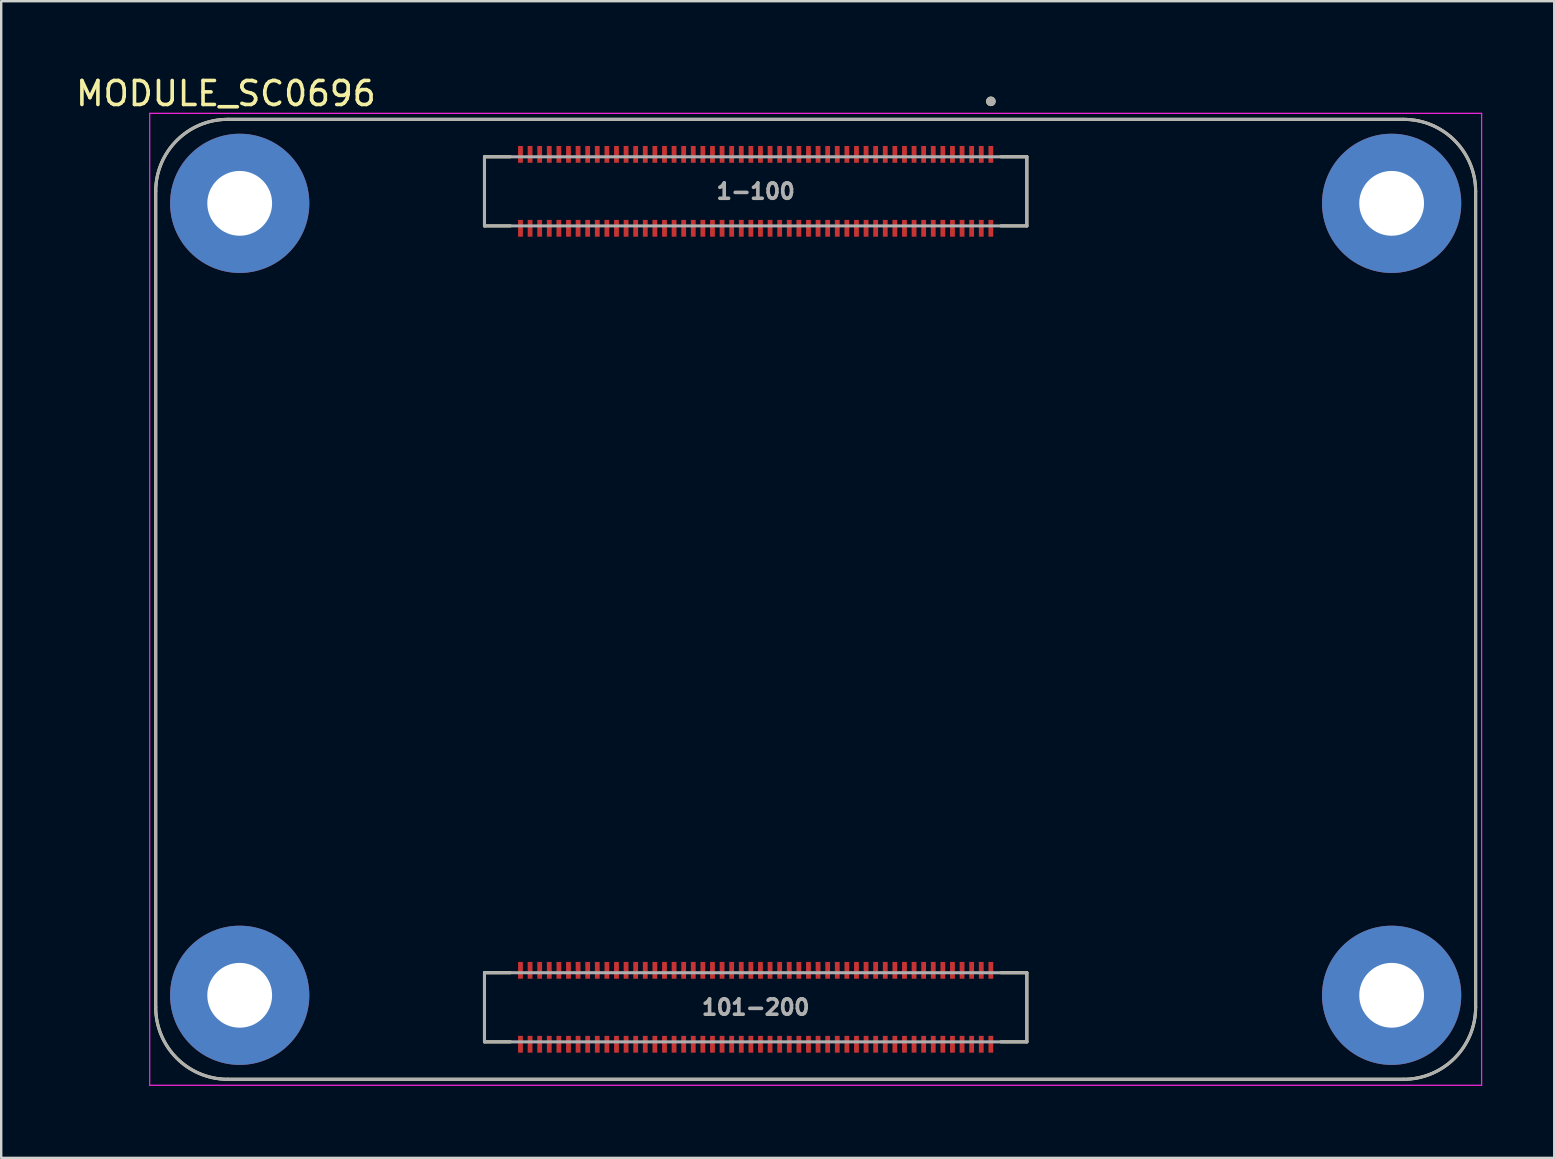
<source format=kicad_pcb>
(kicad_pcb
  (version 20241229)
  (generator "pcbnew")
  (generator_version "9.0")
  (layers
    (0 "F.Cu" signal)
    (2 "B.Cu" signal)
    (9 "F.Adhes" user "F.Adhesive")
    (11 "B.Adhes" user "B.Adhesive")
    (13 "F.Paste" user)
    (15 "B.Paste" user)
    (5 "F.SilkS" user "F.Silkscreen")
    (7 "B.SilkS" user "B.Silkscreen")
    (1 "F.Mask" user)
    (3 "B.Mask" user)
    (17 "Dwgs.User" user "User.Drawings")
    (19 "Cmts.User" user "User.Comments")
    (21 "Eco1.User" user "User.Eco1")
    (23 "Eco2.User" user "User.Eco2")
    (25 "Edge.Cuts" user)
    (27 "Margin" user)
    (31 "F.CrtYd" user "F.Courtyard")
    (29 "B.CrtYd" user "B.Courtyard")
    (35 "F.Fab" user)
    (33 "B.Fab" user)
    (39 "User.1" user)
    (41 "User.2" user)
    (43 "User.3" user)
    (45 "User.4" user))
  (footprint "MODULE_SC0696"
    (layer "F.Cu")
    (at 30.938 21.923)
    (property "Reference" "MODULE_SC0696" (at -24.575 -21.075 0) (layer "F.SilkS") (effects (font (size 1 1) (thickness 0.15))))
    (attr smd)
    (fp_line (start -27.5 -17) (end -27.5 17) (stroke (width 0.127) (type solid)) (layer "F.SilkS"))
    (fp_line (start -24.5 20) (end 24.5 20) (stroke (width 0.127) (type solid)) (layer "F.SilkS"))
    (fp_line (start -13.8 -18.44) (end -13.8 -15.56) (stroke (width 0.127) (type solid)) (layer "F.SilkS"))
    (fp_line (start -13.8 -15.56) (end -12.72 -15.56) (stroke (width 0.127) (type solid)) (layer "F.SilkS"))
    (fp_line (start -13.8 15.56) (end -13.8 18.44) (stroke (width 0.127) (type solid)) (layer "F.SilkS"))
    (fp_line (start -13.8 18.44) (end -12.72 18.44) (stroke (width 0.127) (type solid)) (layer "F.SilkS"))
    (fp_line (start -12.72 -18.44) (end -13.8 -18.44) (stroke (width 0.127) (type solid)) (layer "F.SilkS"))
    (fp_line (start -12.72 15.56) (end -13.8 15.56) (stroke (width 0.127) (type solid)) (layer "F.SilkS"))
    (fp_line (start 7.72 -18.44) (end 8.8 -18.44) (stroke (width 0.127) (type solid)) (layer "F.SilkS"))
    (fp_line (start 7.72 15.56) (end 8.8 15.56) (stroke (width 0.127) (type solid)) (layer "F.SilkS"))
    (fp_line (start 8.8 -18.44) (end 8.8 -15.56) (stroke (width 0.127) (type solid)) (layer "F.SilkS"))
    (fp_line (start 8.8 -15.56) (end 7.72 -15.56) (stroke (width 0.127) (type solid)) (layer "F.SilkS"))
    (fp_line (start 8.8 15.56) (end 8.8 18.44) (stroke (width 0.127) (type solid)) (layer "F.SilkS"))
    (fp_line (start 8.8 18.44) (end 7.72 18.44) (stroke (width 0.127) (type solid)) (layer "F.SilkS"))
    (fp_line (start 24.5 -20) (end -24.5 -20) (stroke (width 0.127) (type solid)) (layer "F.SilkS"))
    (fp_line (start 27.5 17) (end 27.5 -17) (stroke (width 0.127) (type solid)) (layer "F.SilkS"))
    (fp_arc (start -27.5 -17) (mid -26.62132 -19.12132) (end -24.5 -20) (stroke (width 0.127) (type solid)) (layer "F.SilkS"))
    (fp_arc (start -24.5 20) (mid -26.62132 19.12132) (end -27.5 17) (stroke (width 0.127) (type solid)) (layer "F.SilkS"))
    (fp_arc (start 24.5 -20) (mid 26.62132 -19.12132) (end 27.5 -17) (stroke (width 0.127) (type solid)) (layer "F.SilkS"))
    (fp_arc (start 27.5 17) (mid 26.62132 19.12132) (end 24.5 20) (stroke (width 0.127) (type solid)) (layer "F.SilkS"))
    (fp_circle (center 7.3 -20.75) (end 7.4 -20.75) (stroke (width 0.2) (type solid)) (fill no) (layer "F.SilkS"))
    (fp_line (start -27.75 -20.25) (end -27.75 20.25) (stroke (width 0.05) (type solid)) (layer "F.CrtYd"))
    (fp_line (start -27.75 20.25) (end 27.75 20.25) (stroke (width 0.05) (type solid)) (layer "F.CrtYd"))
    (fp_line (start 27.75 -20.25) (end -27.75 -20.25) (stroke (width 0.05) (type solid)) (layer "F.CrtYd"))
    (fp_line (start 27.75 20.25) (end 27.75 -20.25) (stroke (width 0.05) (type solid)) (layer "F.CrtYd"))
    (fp_line (start -27.5 -17) (end -27.5 17) (stroke (width 0.127) (type solid)) (layer "F.Fab"))
    (fp_line (start -24.5 20) (end 24.5 20) (stroke (width 0.127) (type solid)) (layer "F.Fab"))
    (fp_line (start -13.8 -18.44) (end 8.8 -18.44) (stroke (width 0.127) (type solid)) (layer "F.Fab"))
    (fp_line (start -13.8 -15.56) (end -13.8 -18.44) (stroke (width 0.127) (type solid)) (layer "F.Fab"))
    (fp_line (start -13.8 15.56) (end 8.8 15.56) (stroke (width 0.127) (type solid)) (layer "F.Fab"))
    (fp_line (start -13.8 18.44) (end -13.8 15.56) (stroke (width 0.127) (type solid)) (layer "F.Fab"))
    (fp_line (start 8.8 -18.44) (end 8.8 -15.56) (stroke (width 0.127) (type solid)) (layer "F.Fab"))
    (fp_line (start 8.8 -15.56) (end -13.8 -15.56) (stroke (width 0.127) (type solid)) (layer "F.Fab"))
    (fp_line (start 8.8 15.56) (end 8.8 18.44) (stroke (width 0.127) (type solid)) (layer "F.Fab"))
    (fp_line (start 8.8 18.44) (end -13.8 18.44) (stroke (width 0.127) (type solid)) (layer "F.Fab"))
    (fp_line (start 24.5 -20) (end -24.5 -20) (stroke (width 0.127) (type solid)) (layer "F.Fab"))
    (fp_line (start 27.5 17) (end 27.5 -17) (stroke (width 0.127) (type solid)) (layer "F.Fab"))
    (fp_arc (start -27.5 -17) (mid -26.62132 -19.12132) (end -24.5 -20) (stroke (width 0.127) (type solid)) (layer "F.Fab"))
    (fp_arc (start -24.5 20) (mid -26.62132 19.12132) (end -27.5 17) (stroke (width 0.127) (type solid)) (layer "F.Fab"))
    (fp_arc (start 24.5 -20) (mid 26.62132 -19.12132) (end 27.5 -17) (stroke (width 0.127) (type solid)) (layer "F.Fab"))
    (fp_arc (start 27.5 17) (mid 26.62132 19.12132) (end 24.5 20) (stroke (width 0.127) (type solid)) (layer "F.Fab"))
    (fp_circle (center 7.3 -20.75) (end 7.4 -20.75) (stroke (width 0.2) (type solid)) (fill no) (layer "F.Fab"))
    (fp_text user "101-200" (at -2.5 17 0) (layer "F.Fab") (effects (font (size 0.64 0.64) (thickness 0.15))))
    (fp_text user "1-100" (at -2.5 -17 0) (layer "F.Fab") (effects (font (size 0.64 0.64) (thickness 0.15))))
    (pad "1" smd rect (at 7.3 -18.54) (size 0.2 0.7) (layers "F.Cu" "F.Mask" "F.Paste"))
    (pad "2" smd rect (at 7.3 -15.46) (size 0.2 0.7) (layers "F.Cu" "F.Mask" "F.Paste"))
    (pad "3" smd rect (at 6.9 -18.54) (size 0.2 0.7) (layers "F.Cu" "F.Mask" "F.Paste"))
    (pad "4" smd rect (at 6.9 -15.46) (size 0.2 0.7) (layers "F.Cu" "F.Mask" "F.Paste"))
    (pad "5" smd rect (at 6.5 -18.54) (size 0.2 0.7) (layers "F.Cu" "F.Mask" "F.Paste"))
    (pad "6" smd rect (at 6.5 -15.46) (size 0.2 0.7) (layers "F.Cu" "F.Mask" "F.Paste"))
    (pad "7" smd rect (at 6.1 -18.54) (size 0.2 0.7) (layers "F.Cu" "F.Mask" "F.Paste"))
    (pad "8" smd rect (at 6.1 -15.46) (size 0.2 0.7) (layers "F.Cu" "F.Mask" "F.Paste"))
    (pad "9" smd rect (at 5.7 -18.54) (size 0.2 0.7) (layers "F.Cu" "F.Mask" "F.Paste"))
    (pad "10" smd rect (at 5.7 -15.46) (size 0.2 0.7) (layers "F.Cu" "F.Mask" "F.Paste"))
    (pad "11" smd rect (at 5.3 -18.54) (size 0.2 0.7) (layers "F.Cu" "F.Mask" "F.Paste"))
    (pad "12" smd rect (at 5.3 -15.46) (size 0.2 0.7) (layers "F.Cu" "F.Mask" "F.Paste"))
    (pad "13" smd rect (at 4.9 -18.54) (size 0.2 0.7) (layers "F.Cu" "F.Mask" "F.Paste"))
    (pad "14" smd rect (at 4.9 -15.46) (size 0.2 0.7) (layers "F.Cu" "F.Mask" "F.Paste"))
    (pad "15" smd rect (at 4.5 -18.54) (size 0.2 0.7) (layers "F.Cu" "F.Mask" "F.Paste"))
    (pad "16" smd rect (at 4.5 -15.46) (size 0.2 0.7) (layers "F.Cu" "F.Mask" "F.Paste"))
    (pad "17" smd rect (at 4.1 -18.54) (size 0.2 0.7) (layers "F.Cu" "F.Mask" "F.Paste"))
    (pad "18" smd rect (at 4.1 -15.46) (size 0.2 0.7) (layers "F.Cu" "F.Mask" "F.Paste"))
    (pad "19" smd rect (at 3.7 -18.54) (size 0.2 0.7) (layers "F.Cu" "F.Mask" "F.Paste"))
    (pad "20" smd rect (at 3.7 -15.46) (size 0.2 0.7) (layers "F.Cu" "F.Mask" "F.Paste"))
    (pad "21" smd rect (at 3.3 -18.54) (size 0.2 0.7) (layers "F.Cu" "F.Mask" "F.Paste"))
    (pad "22" smd rect (at 3.3 -15.46) (size 0.2 0.7) (layers "F.Cu" "F.Mask" "F.Paste"))
    (pad "23" smd rect (at 2.9 -18.54) (size 0.2 0.7) (layers "F.Cu" "F.Mask" "F.Paste"))
    (pad "24" smd rect (at 2.9 -15.46) (size 0.2 0.7) (layers "F.Cu" "F.Mask" "F.Paste"))
    (pad "25" smd rect (at 2.5 -18.54) (size 0.2 0.7) (layers "F.Cu" "F.Mask" "F.Paste"))
    (pad "26" smd rect (at 2.5 -15.46) (size 0.2 0.7) (layers "F.Cu" "F.Mask" "F.Paste"))
    (pad "27" smd rect (at 2.1 -18.54) (size 0.2 0.7) (layers "F.Cu" "F.Mask" "F.Paste"))
    (pad "28" smd rect (at 2.1 -15.46) (size 0.2 0.7) (layers "F.Cu" "F.Mask" "F.Paste"))
    (pad "29" smd rect (at 1.7 -18.54) (size 0.2 0.7) (layers "F.Cu" "F.Mask" "F.Paste"))
    (pad "30" smd rect (at 1.7 -15.46) (size 0.2 0.7) (layers "F.Cu" "F.Mask" "F.Paste"))
    (pad "31" smd rect (at 1.3 -18.54) (size 0.2 0.7) (layers "F.Cu" "F.Mask" "F.Paste"))
    (pad "32" smd rect (at 1.3 -15.46) (size 0.2 0.7) (layers "F.Cu" "F.Mask" "F.Paste"))
    (pad "33" smd rect (at 0.9 -18.54) (size 0.2 0.7) (layers "F.Cu" "F.Mask" "F.Paste"))
    (pad "34" smd rect (at 0.9 -15.46) (size 0.2 0.7) (layers "F.Cu" "F.Mask" "F.Paste"))
    (pad "35" smd rect (at 0.5 -18.54) (size 0.2 0.7) (layers "F.Cu" "F.Mask" "F.Paste"))
    (pad "36" smd rect (at 0.5 -15.46) (size 0.2 0.7) (layers "F.Cu" "F.Mask" "F.Paste"))
    (pad "37" smd rect (at 0.1 -18.54) (size 0.2 0.7) (layers "F.Cu" "F.Mask" "F.Paste"))
    (pad "38" smd rect (at 0.1 -15.46) (size 0.2 0.7) (layers "F.Cu" "F.Mask" "F.Paste"))
    (pad "39" smd rect (at -0.3 -18.54) (size 0.2 0.7) (layers "F.Cu" "F.Mask" "F.Paste"))
    (pad "40" smd rect (at -0.3 -15.46) (size 0.2 0.7) (layers "F.Cu" "F.Mask" "F.Paste"))
    (pad "41" smd rect (at -0.7 -18.54) (size 0.2 0.7) (layers "F.Cu" "F.Mask" "F.Paste"))
    (pad "42" smd rect (at -0.7 -15.46) (size 0.2 0.7) (layers "F.Cu" "F.Mask" "F.Paste"))
    (pad "43" smd rect (at -1.1 -18.54) (size 0.2 0.7) (layers "F.Cu" "F.Mask" "F.Paste"))
    (pad "44" smd rect (at -1.1 -15.46) (size 0.2 0.7) (layers "F.Cu" "F.Mask" "F.Paste"))
    (pad "45" smd rect (at -1.5 -18.54) (size 0.2 0.7) (layers "F.Cu" "F.Mask" "F.Paste"))
    (pad "46" smd rect (at -1.5 -15.46) (size 0.2 0.7) (layers "F.Cu" "F.Mask" "F.Paste"))
    (pad "47" smd rect (at -1.9 -18.54) (size 0.2 0.7) (layers "F.Cu" "F.Mask" "F.Paste"))
    (pad "48" smd rect (at -1.9 -15.46) (size 0.2 0.7) (layers "F.Cu" "F.Mask" "F.Paste"))
    (pad "49" smd rect (at -2.3 -18.54) (size 0.2 0.7) (layers "F.Cu" "F.Mask" "F.Paste"))
    (pad "50" smd rect (at -2.3 -15.46) (size 0.2 0.7) (layers "F.Cu" "F.Mask" "F.Paste"))
    (pad "51" smd rect (at -2.7 -18.54) (size 0.2 0.7) (layers "F.Cu" "F.Mask" "F.Paste"))
    (pad "52" smd rect (at -2.7 -15.46) (size 0.2 0.7) (layers "F.Cu" "F.Mask" "F.Paste"))
    (pad "53" smd rect (at -3.1 -18.54) (size 0.2 0.7) (layers "F.Cu" "F.Mask" "F.Paste"))
    (pad "54" smd rect (at -3.1 -15.46) (size 0.2 0.7) (layers "F.Cu" "F.Mask" "F.Paste"))
    (pad "55" smd rect (at -3.5 -18.54) (size 0.2 0.7) (layers "F.Cu" "F.Mask" "F.Paste"))
    (pad "56" smd rect (at -3.5 -15.46) (size 0.2 0.7) (layers "F.Cu" "F.Mask" "F.Paste"))
    (pad "57" smd rect (at -3.9 -18.54) (size 0.2 0.7) (layers "F.Cu" "F.Mask" "F.Paste"))
    (pad "58" smd rect (at -3.9 -15.46) (size 0.2 0.7) (layers "F.Cu" "F.Mask" "F.Paste"))
    (pad "59" smd rect (at -4.3 -18.54) (size 0.2 0.7) (layers "F.Cu" "F.Mask" "F.Paste"))
    (pad "60" smd rect (at -4.3 -15.46) (size 0.2 0.7) (layers "F.Cu" "F.Mask" "F.Paste"))
    (pad "61" smd rect (at -4.7 -18.54) (size 0.2 0.7) (layers "F.Cu" "F.Mask" "F.Paste"))
    (pad "62" smd rect (at -4.7 -15.46) (size 0.2 0.7) (layers "F.Cu" "F.Mask" "F.Paste"))
    (pad "63" smd rect (at -5.1 -18.54) (size 0.2 0.7) (layers "F.Cu" "F.Mask" "F.Paste"))
    (pad "64" smd rect (at -5.1 -15.46) (size 0.2 0.7) (layers "F.Cu" "F.Mask" "F.Paste"))
    (pad "65" smd rect (at -5.5 -18.54) (size 0.2 0.7) (layers "F.Cu" "F.Mask" "F.Paste"))
    (pad "66" smd rect (at -5.5 -15.46) (size 0.2 0.7) (layers "F.Cu" "F.Mask" "F.Paste"))
    (pad "67" smd rect (at -5.9 -18.54) (size 0.2 0.7) (layers "F.Cu" "F.Mask" "F.Paste"))
    (pad "68" smd rect (at -5.9 -15.46) (size 0.2 0.7) (layers "F.Cu" "F.Mask" "F.Paste"))
    (pad "69" smd rect (at -6.3 -18.54) (size 0.2 0.7) (layers "F.Cu" "F.Mask" "F.Paste"))
    (pad "70" smd rect (at -6.3 -15.46) (size 0.2 0.7) (layers "F.Cu" "F.Mask" "F.Paste"))
    (pad "71" smd rect (at -6.7 -18.54) (size 0.2 0.7) (layers "F.Cu" "F.Mask" "F.Paste"))
    (pad "72" smd rect (at -6.7 -15.46) (size 0.2 0.7) (layers "F.Cu" "F.Mask" "F.Paste"))
    (pad "73" smd rect (at -7.1 -18.54) (size 0.2 0.7) (layers "F.Cu" "F.Mask" "F.Paste"))
    (pad "74" smd rect (at -7.1 -15.46) (size 0.2 0.7) (layers "F.Cu" "F.Mask" "F.Paste"))
    (pad "75" smd rect (at -7.5 -18.54) (size 0.2 0.7) (layers "F.Cu" "F.Mask" "F.Paste"))
    (pad "76" smd rect (at -7.5 -15.46) (size 0.2 0.7) (layers "F.Cu" "F.Mask" "F.Paste"))
    (pad "77" smd rect (at -7.9 -18.54) (size 0.2 0.7) (layers "F.Cu" "F.Mask" "F.Paste"))
    (pad "78" smd rect (at -7.9 -15.46) (size 0.2 0.7) (layers "F.Cu" "F.Mask" "F.Paste"))
    (pad "79" smd rect (at -8.3 -18.54) (size 0.2 0.7) (layers "F.Cu" "F.Mask" "F.Paste"))
    (pad "80" smd rect (at -8.3 -15.46) (size 0.2 0.7) (layers "F.Cu" "F.Mask" "F.Paste"))
    (pad "81" smd rect (at -8.7 -18.54) (size 0.2 0.7) (layers "F.Cu" "F.Mask" "F.Paste"))
    (pad "82" smd rect (at -8.7 -15.46) (size 0.2 0.7) (layers "F.Cu" "F.Mask" "F.Paste"))
    (pad "83" smd rect (at -9.1 -18.54) (size 0.2 0.7) (layers "F.Cu" "F.Mask" "F.Paste"))
    (pad "84" smd rect (at -9.1 -15.46) (size 0.2 0.7) (layers "F.Cu" "F.Mask" "F.Paste"))
    (pad "85" smd rect (at -9.5 -18.54) (size 0.2 0.7) (layers "F.Cu" "F.Mask" "F.Paste"))
    (pad "86" smd rect (at -9.5 -15.46) (size 0.2 0.7) (layers "F.Cu" "F.Mask" "F.Paste"))
    (pad "87" smd rect (at -9.9 -18.54) (size 0.2 0.7) (layers "F.Cu" "F.Mask" "F.Paste"))
    (pad "88" smd rect (at -9.9 -15.46) (size 0.2 0.7) (layers "F.Cu" "F.Mask" "F.Paste"))
    (pad "89" smd rect (at -10.3 -18.54) (size 0.2 0.7) (layers "F.Cu" "F.Mask" "F.Paste"))
    (pad "90" smd rect (at -10.3 -15.46) (size 0.2 0.7) (layers "F.Cu" "F.Mask" "F.Paste"))
    (pad "91" smd rect (at -10.7 -18.54) (size 0.2 0.7) (layers "F.Cu" "F.Mask" "F.Paste"))
    (pad "92" smd rect (at -10.7 -15.46) (size 0.2 0.7) (layers "F.Cu" "F.Mask" "F.Paste"))
    (pad "93" smd rect (at -11.1 -18.54) (size 0.2 0.7) (layers "F.Cu" "F.Mask" "F.Paste"))
    (pad "94" smd rect (at -11.1 -15.46) (size 0.2 0.7) (layers "F.Cu" "F.Mask" "F.Paste"))
    (pad "95" smd rect (at -11.5 -18.54) (size 0.2 0.7) (layers "F.Cu" "F.Mask" "F.Paste"))
    (pad "96" smd rect (at -11.5 -15.46) (size 0.2 0.7) (layers "F.Cu" "F.Mask" "F.Paste"))
    (pad "97" smd rect (at -11.9 -18.54) (size 0.2 0.7) (layers "F.Cu" "F.Mask" "F.Paste"))
    (pad "98" smd rect (at -11.9 -15.46) (size 0.2 0.7) (layers "F.Cu" "F.Mask" "F.Paste"))
    (pad "99" smd rect (at -12.3 -18.54) (size 0.2 0.7) (layers "F.Cu" "F.Mask" "F.Paste"))
    (pad "100" smd rect (at -12.3 -15.46) (size 0.2 0.7) (layers "F.Cu" "F.Mask" "F.Paste"))
    (pad "101" smd rect (at 7.3 15.46) (size 0.2 0.7) (layers "F.Cu" "F.Mask" "F.Paste"))
    (pad "102" smd rect (at 7.3 18.54) (size 0.2 0.7) (layers "F.Cu" "F.Mask" "F.Paste"))
    (pad "103" smd rect (at 6.9 15.46) (size 0.2 0.7) (layers "F.Cu" "F.Mask" "F.Paste"))
    (pad "104" smd rect (at 6.9 18.54) (size 0.2 0.7) (layers "F.Cu" "F.Mask" "F.Paste"))
    (pad "105" smd rect (at 6.5 15.46) (size 0.2 0.7) (layers "F.Cu" "F.Mask" "F.Paste"))
    (pad "106" smd rect (at 6.5 18.54) (size 0.2 0.7) (layers "F.Cu" "F.Mask" "F.Paste"))
    (pad "107" smd rect (at 6.1 15.46) (size 0.2 0.7) (layers "F.Cu" "F.Mask" "F.Paste"))
    (pad "108" smd rect (at 6.1 18.54) (size 0.2 0.7) (layers "F.Cu" "F.Mask" "F.Paste"))
    (pad "109" smd rect (at 5.7 15.46) (size 0.2 0.7) (layers "F.Cu" "F.Mask" "F.Paste"))
    (pad "110" smd rect (at 5.7 18.54) (size 0.2 0.7) (layers "F.Cu" "F.Mask" "F.Paste"))
    (pad "111" smd rect (at 5.3 15.46) (size 0.2 0.7) (layers "F.Cu" "F.Mask" "F.Paste"))
    (pad "112" smd rect (at 5.3 18.54) (size 0.2 0.7) (layers "F.Cu" "F.Mask" "F.Paste"))
    (pad "113" smd rect (at 4.9 15.46) (size 0.2 0.7) (layers "F.Cu" "F.Mask" "F.Paste"))
    (pad "114" smd rect (at 4.9 18.54) (size 0.2 0.7) (layers "F.Cu" "F.Mask" "F.Paste"))
    (pad "115" smd rect (at 4.5 15.46) (size 0.2 0.7) (layers "F.Cu" "F.Mask" "F.Paste"))
    (pad "116" smd rect (at 4.5 18.54) (size 0.2 0.7) (layers "F.Cu" "F.Mask" "F.Paste"))
    (pad "117" smd rect (at 4.1 15.46) (size 0.2 0.7) (layers "F.Cu" "F.Mask" "F.Paste"))
    (pad "118" smd rect (at 4.1 18.54) (size 0.2 0.7) (layers "F.Cu" "F.Mask" "F.Paste"))
    (pad "119" smd rect (at 3.7 15.46) (size 0.2 0.7) (layers "F.Cu" "F.Mask" "F.Paste"))
    (pad "120" smd rect (at 3.7 18.54) (size 0.2 0.7) (layers "F.Cu" "F.Mask" "F.Paste"))
    (pad "121" smd rect (at 3.3 15.46) (size 0.2 0.7) (layers "F.Cu" "F.Mask" "F.Paste"))
    (pad "122" smd rect (at 3.3 18.54) (size 0.2 0.7) (layers "F.Cu" "F.Mask" "F.Paste"))
    (pad "123" smd rect (at 2.9 15.46) (size 0.2 0.7) (layers "F.Cu" "F.Mask" "F.Paste"))
    (pad "124" smd rect (at 2.9 18.54) (size 0.2 0.7) (layers "F.Cu" "F.Mask" "F.Paste"))
    (pad "125" smd rect (at 2.5 15.46) (size 0.2 0.7) (layers "F.Cu" "F.Mask" "F.Paste"))
    (pad "126" smd rect (at 2.5 18.54) (size 0.2 0.7) (layers "F.Cu" "F.Mask" "F.Paste"))
    (pad "127" smd rect (at 2.1 15.46) (size 0.2 0.7) (layers "F.Cu" "F.Mask" "F.Paste"))
    (pad "128" smd rect (at 2.1 18.54) (size 0.2 0.7) (layers "F.Cu" "F.Mask" "F.Paste"))
    (pad "129" smd rect (at 1.7 15.46) (size 0.2 0.7) (layers "F.Cu" "F.Mask" "F.Paste"))
    (pad "130" smd rect (at 1.7 18.54) (size 0.2 0.7) (layers "F.Cu" "F.Mask" "F.Paste"))
    (pad "131" smd rect (at 1.3 15.46) (size 0.2 0.7) (layers "F.Cu" "F.Mask" "F.Paste"))
    (pad "132" smd rect (at 1.3 18.54) (size 0.2 0.7) (layers "F.Cu" "F.Mask" "F.Paste"))
    (pad "133" smd rect (at 0.9 15.46) (size 0.2 0.7) (layers "F.Cu" "F.Mask" "F.Paste"))
    (pad "134" smd rect (at 0.9 18.54) (size 0.2 0.7) (layers "F.Cu" "F.Mask" "F.Paste"))
    (pad "135" smd rect (at 0.5 15.46) (size 0.2 0.7) (layers "F.Cu" "F.Mask" "F.Paste"))
    (pad "136" smd rect (at 0.5 18.54) (size 0.2 0.7) (layers "F.Cu" "F.Mask" "F.Paste"))
    (pad "137" smd rect (at 0.1 15.46) (size 0.2 0.7) (layers "F.Cu" "F.Mask" "F.Paste"))
    (pad "138" smd rect (at 0.1 18.54) (size 0.2 0.7) (layers "F.Cu" "F.Mask" "F.Paste"))
    (pad "139" smd rect (at -0.3 15.46) (size 0.2 0.7) (layers "F.Cu" "F.Mask" "F.Paste"))
    (pad "140" smd rect (at -0.3 18.54) (size 0.2 0.7) (layers "F.Cu" "F.Mask" "F.Paste"))
    (pad "141" smd rect (at -0.7 15.46) (size 0.2 0.7) (layers "F.Cu" "F.Mask" "F.Paste"))
    (pad "142" smd rect (at -0.7 18.54) (size 0.2 0.7) (layers "F.Cu" "F.Mask" "F.Paste"))
    (pad "143" smd rect (at -1.1 15.46) (size 0.2 0.7) (layers "F.Cu" "F.Mask" "F.Paste"))
    (pad "144" smd rect (at -1.1 18.54) (size 0.2 0.7) (layers "F.Cu" "F.Mask" "F.Paste"))
    (pad "145" smd rect (at -1.5 15.46) (size 0.2 0.7) (layers "F.Cu" "F.Mask" "F.Paste"))
    (pad "146" smd rect (at -1.5 18.54) (size 0.2 0.7) (layers "F.Cu" "F.Mask" "F.Paste"))
    (pad "147" smd rect (at -1.9 15.46) (size 0.2 0.7) (layers "F.Cu" "F.Mask" "F.Paste"))
    (pad "148" smd rect (at -1.9 18.54) (size 0.2 0.7) (layers "F.Cu" "F.Mask" "F.Paste"))
    (pad "149" smd rect (at -2.3 15.46) (size 0.2 0.7) (layers "F.Cu" "F.Mask" "F.Paste"))
    (pad "150" smd rect (at -2.3 18.54) (size 0.2 0.7) (layers "F.Cu" "F.Mask" "F.Paste"))
    (pad "151" smd rect (at -2.7 15.46) (size 0.2 0.7) (layers "F.Cu" "F.Mask" "F.Paste"))
    (pad "152" smd rect (at -2.7 18.54) (size 0.2 0.7) (layers "F.Cu" "F.Mask" "F.Paste"))
    (pad "153" smd rect (at -3.1 15.46) (size 0.2 0.7) (layers "F.Cu" "F.Mask" "F.Paste"))
    (pad "154" smd rect (at -3.1 18.54) (size 0.2 0.7) (layers "F.Cu" "F.Mask" "F.Paste"))
    (pad "155" smd rect (at -3.5 15.46) (size 0.2 0.7) (layers "F.Cu" "F.Mask" "F.Paste"))
    (pad "156" smd rect (at -3.5 18.54) (size 0.2 0.7) (layers "F.Cu" "F.Mask" "F.Paste"))
    (pad "157" smd rect (at -3.9 15.46) (size 0.2 0.7) (layers "F.Cu" "F.Mask" "F.Paste"))
    (pad "158" smd rect (at -3.9 18.54) (size 0.2 0.7) (layers "F.Cu" "F.Mask" "F.Paste"))
    (pad "159" smd rect (at -4.3 15.46) (size 0.2 0.7) (layers "F.Cu" "F.Mask" "F.Paste"))
    (pad "160" smd rect (at -4.3 18.54) (size 0.2 0.7) (layers "F.Cu" "F.Mask" "F.Paste"))
    (pad "161" smd rect (at -4.7 15.46) (size 0.2 0.7) (layers "F.Cu" "F.Mask" "F.Paste"))
    (pad "162" smd rect (at -4.7 18.54) (size 0.2 0.7) (layers "F.Cu" "F.Mask" "F.Paste"))
    (pad "163" smd rect (at -5.1 15.46) (size 0.2 0.7) (layers "F.Cu" "F.Mask" "F.Paste"))
    (pad "164" smd rect (at -5.1 18.54) (size 0.2 0.7) (layers "F.Cu" "F.Mask" "F.Paste"))
    (pad "165" smd rect (at -5.5 15.46) (size 0.2 0.7) (layers "F.Cu" "F.Mask" "F.Paste"))
    (pad "166" smd rect (at -5.5 18.54) (size 0.2 0.7) (layers "F.Cu" "F.Mask" "F.Paste"))
    (pad "167" smd rect (at -5.9 15.46) (size 0.2 0.7) (layers "F.Cu" "F.Mask" "F.Paste"))
    (pad "168" smd rect (at -5.9 18.54) (size 0.2 0.7) (layers "F.Cu" "F.Mask" "F.Paste"))
    (pad "169" smd rect (at -6.3 15.46) (size 0.2 0.7) (layers "F.Cu" "F.Mask" "F.Paste"))
    (pad "170" smd rect (at -6.3 18.54) (size 0.2 0.7) (layers "F.Cu" "F.Mask" "F.Paste"))
    (pad "171" smd rect (at -6.7 15.46) (size 0.2 0.7) (layers "F.Cu" "F.Mask" "F.Paste"))
    (pad "172" smd rect (at -6.7 18.54) (size 0.2 0.7) (layers "F.Cu" "F.Mask" "F.Paste"))
    (pad "173" smd rect (at -7.1 15.46) (size 0.2 0.7) (layers "F.Cu" "F.Mask" "F.Paste"))
    (pad "174" smd rect (at -7.1 18.54) (size 0.2 0.7) (layers "F.Cu" "F.Mask" "F.Paste"))
    (pad "175" smd rect (at -7.5 15.46) (size 0.2 0.7) (layers "F.Cu" "F.Mask" "F.Paste"))
    (pad "176" smd rect (at -7.5 18.54) (size 0.2 0.7) (layers "F.Cu" "F.Mask" "F.Paste"))
    (pad "177" smd rect (at -7.9 15.46) (size 0.2 0.7) (layers "F.Cu" "F.Mask" "F.Paste"))
    (pad "178" smd rect (at -7.9 18.54) (size 0.2 0.7) (layers "F.Cu" "F.Mask" "F.Paste"))
    (pad "179" smd rect (at -8.3 15.46) (size 0.2 0.7) (layers "F.Cu" "F.Mask" "F.Paste"))
    (pad "180" smd rect (at -8.3 18.54) (size 0.2 0.7) (layers "F.Cu" "F.Mask" "F.Paste"))
    (pad "181" smd rect (at -8.7 15.46) (size 0.2 0.7) (layers "F.Cu" "F.Mask" "F.Paste"))
    (pad "182" smd rect (at -8.7 18.54) (size 0.2 0.7) (layers "F.Cu" "F.Mask" "F.Paste"))
    (pad "183" smd rect (at -9.1 15.46) (size 0.2 0.7) (layers "F.Cu" "F.Mask" "F.Paste"))
    (pad "184" smd rect (at -9.1 18.54) (size 0.2 0.7) (layers "F.Cu" "F.Mask" "F.Paste"))
    (pad "185" smd rect (at -9.5 15.46) (size 0.2 0.7) (layers "F.Cu" "F.Mask" "F.Paste"))
    (pad "186" smd rect (at -9.5 18.54) (size 0.2 0.7) (layers "F.Cu" "F.Mask" "F.Paste"))
    (pad "187" smd rect (at -9.9 15.46) (size 0.2 0.7) (layers "F.Cu" "F.Mask" "F.Paste"))
    (pad "188" smd rect (at -9.9 18.54) (size 0.2 0.7) (layers "F.Cu" "F.Mask" "F.Paste"))
    (pad "189" smd rect (at -10.3 15.46) (size 0.2 0.7) (layers "F.Cu" "F.Mask" "F.Paste"))
    (pad "190" smd rect (at -10.3 18.54) (size 0.2 0.7) (layers "F.Cu" "F.Mask" "F.Paste"))
    (pad "191" smd rect (at -10.7 15.46) (size 0.2 0.7) (layers "F.Cu" "F.Mask" "F.Paste"))
    (pad "192" smd rect (at -10.7 18.54) (size 0.2 0.7) (layers "F.Cu" "F.Mask" "F.Paste"))
    (pad "193" smd rect (at -11.1 15.46) (size 0.2 0.7) (layers "F.Cu" "F.Mask" "F.Paste"))
    (pad "194" smd rect (at -11.1 18.54) (size 0.2 0.7) (layers "F.Cu" "F.Mask" "F.Paste"))
    (pad "195" smd rect (at -11.5 15.46) (size 0.2 0.7) (layers "F.Cu" "F.Mask" "F.Paste"))
    (pad "196" smd rect (at -11.5 18.54) (size 0.2 0.7) (layers "F.Cu" "F.Mask" "F.Paste"))
    (pad "197" smd rect (at -11.9 15.46) (size 0.2 0.7) (layers "F.Cu" "F.Mask" "F.Paste"))
    (pad "198" smd rect (at -11.9 18.54) (size 0.2 0.7) (layers "F.Cu" "F.Mask" "F.Paste"))
    (pad "199" smd rect (at -12.3 15.46) (size 0.2 0.7) (layers "F.Cu" "F.Mask" "F.Paste"))
    (pad "200" smd rect (at -12.3 18.54) (size 0.2 0.7) (layers "F.Cu" "F.Mask" "F.Paste"))
    (pad "SH1" thru_hole circle (at -24 -16.5) (size 5.8 5.8) (drill 2.7) (layers "*.Cu" "*.Mask"))
    (pad "SH2" thru_hole circle (at 24 -16.5) (size 5.8 5.8) (drill 2.7) (layers "*.Cu" "*.Mask"))
    (pad "SH3" thru_hole circle (at -24 16.5) (size 5.8 5.8) (drill 2.7) (layers "*.Cu" "*.Mask"))
    (pad "SH4" thru_hole circle (at 24 16.5) (size 5.8 5.8) (drill 2.7) (layers "*.Cu" "*.Mask")))
  (gr_rect
    (start -3 -3)
    (end 61.713 45.198)
    (stroke (width 0.1) (type default))
    (fill no)
    (layer "Edge.Cuts")))
</source>
